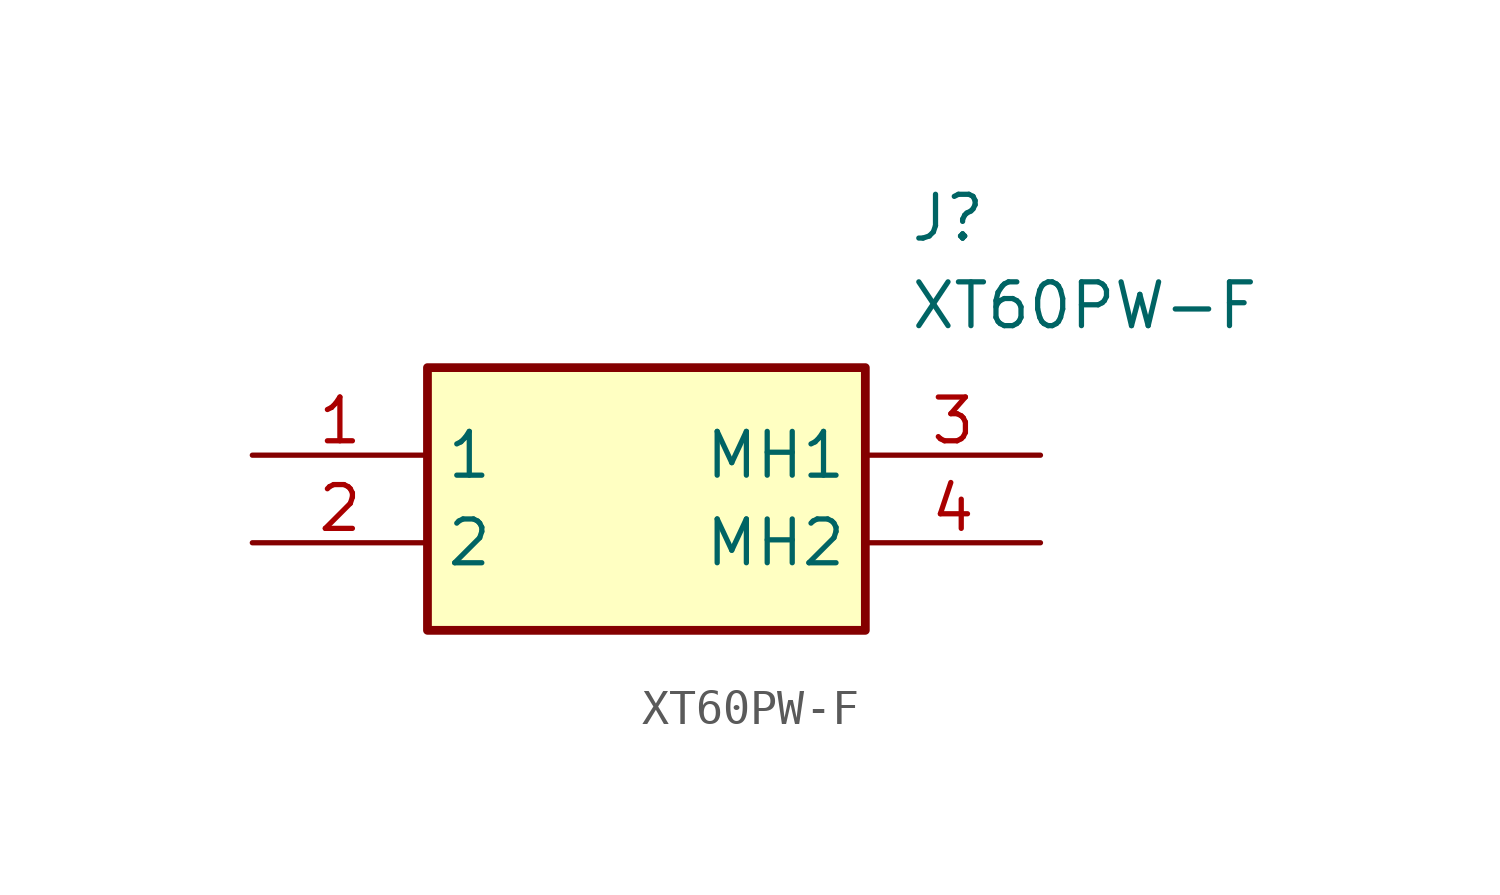
<source format=kicad_sym>
(kicad_symbol_lib
  (version 20231120)
  (generator "kicad_symbol_editor")
  (generator_version "8.0")
  (symbol "XT60PW-F"
    (property "Reference" "J"
      (at 19.05 7.62 0)
      (effects (font (size 1.27 1.27)) (justify left top)))
    (property "Value" "XT60PW-F"
      (at 19.05 5.08 0)
      (effects (font (size 1.27 1.27)) (justify left top)))
    (symbol "XT60PW-F_1_1"
      (rectangle (start 5.08 2.54) (end 17.78 -5.08) (stroke (width 0.254) (type default)) (fill (type background)))
      (pin passive line (at 0 0 0) (length 5.08) (name "1" (effects (font (size 1.27 1.27)))) (number "1" (effects (font (size 1.27 1.27)))))
      (pin passive line (at 0 -2.54 0) (length 5.08) (name "2" (effects (font (size 1.27 1.27)))) (number "2" (effects (font (size 1.27 1.27)))))
      (pin passive line (at 22.86 0 180) (length 5.08) (name "MH1" (effects (font (size 1.27 1.27)))) (number "3" (effects (font (size 1.27 1.27)))))
      (pin passive line (at 22.86 -2.54 180) (length 5.08) (name "MH2" (effects (font (size 1.27 1.27)))) (number "4" (effects (font (size 1.27 1.27))))))))
</source>
